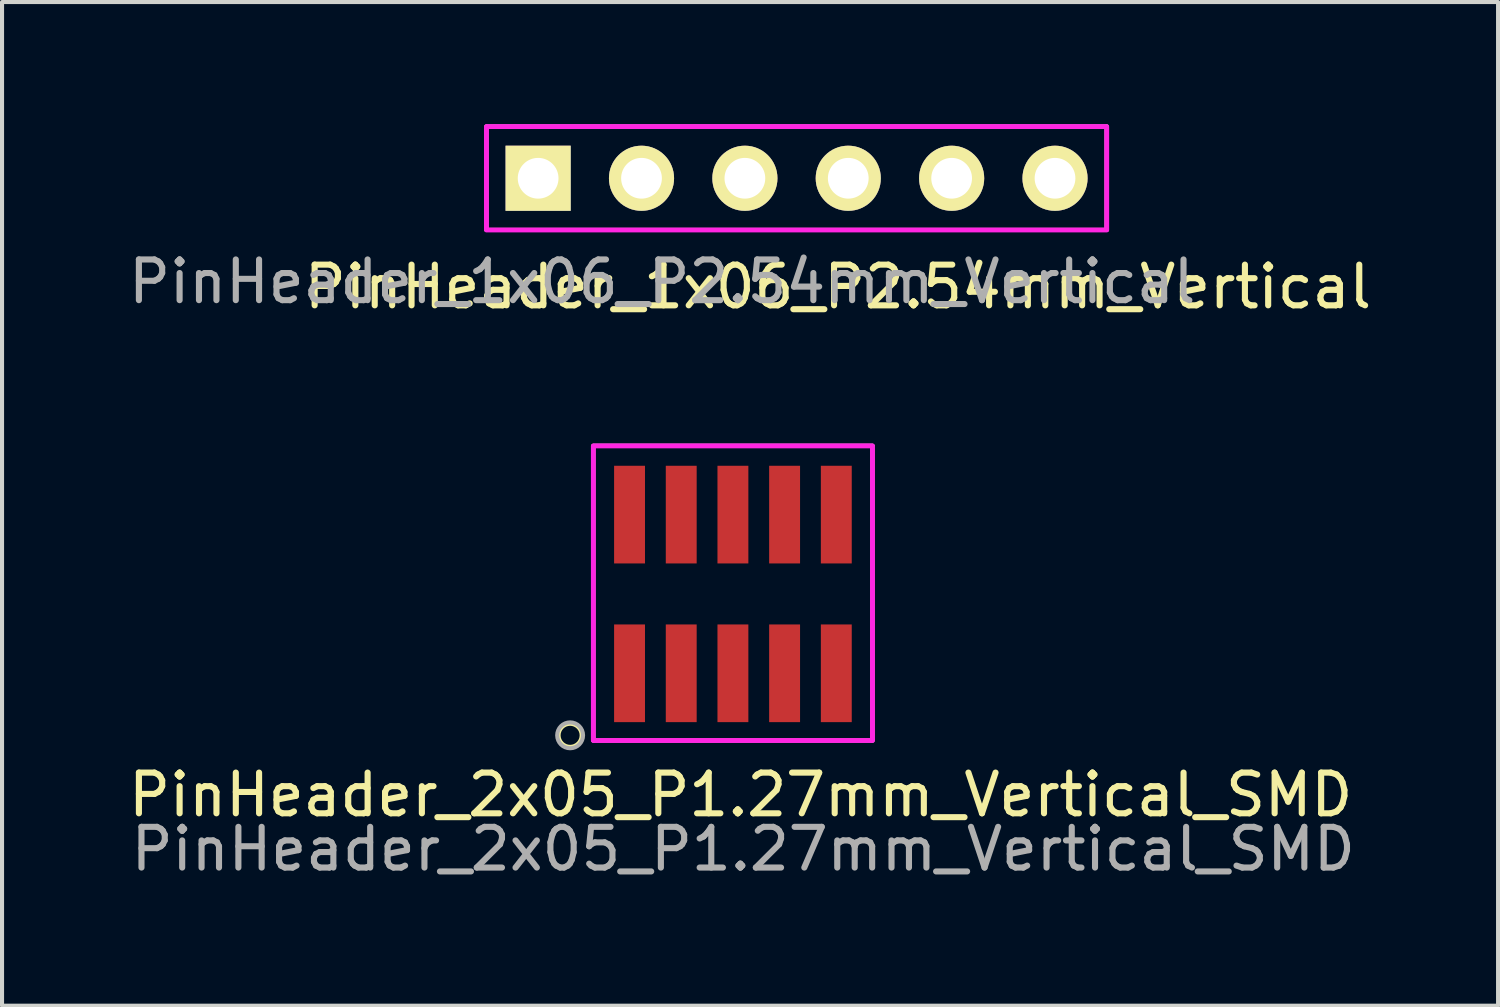
<source format=kicad_pcb>
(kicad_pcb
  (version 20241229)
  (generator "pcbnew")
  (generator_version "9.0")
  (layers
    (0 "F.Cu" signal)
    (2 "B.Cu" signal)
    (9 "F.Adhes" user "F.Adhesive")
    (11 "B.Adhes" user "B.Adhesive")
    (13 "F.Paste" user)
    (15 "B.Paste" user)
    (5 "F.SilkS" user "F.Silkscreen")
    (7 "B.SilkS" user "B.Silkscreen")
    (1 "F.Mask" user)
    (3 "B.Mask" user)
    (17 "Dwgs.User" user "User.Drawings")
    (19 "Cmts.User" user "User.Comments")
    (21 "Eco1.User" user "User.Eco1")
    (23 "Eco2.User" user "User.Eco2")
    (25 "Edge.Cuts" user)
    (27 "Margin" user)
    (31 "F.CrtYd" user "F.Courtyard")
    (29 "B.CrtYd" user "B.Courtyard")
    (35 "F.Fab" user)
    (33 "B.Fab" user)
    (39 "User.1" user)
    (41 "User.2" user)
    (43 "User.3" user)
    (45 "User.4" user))
  (footprint "PinHeader_2x05_P1.27mm_Vertical_SMD"
    (layer "F.Cu")
    (at 12.418 13.493)
    (property "Reference" "PinHeader_2x05_P1.27mm_Vertical_SMD" (at 2.731 2.985 0) (layer "F.SilkS") (effects (font (size 1 1) (thickness 0.15))))
    (attr smd)
    (fp_line (start -0.889 -5.588) (end 5.969 -5.588) (stroke (width 0.1) (type solid)) (layer "F.SilkS"))
    (fp_line (start -0.889 1.651) (end -0.889 -5.588) (stroke (width 0.1) (type solid)) (layer "F.SilkS"))
    (fp_line (start 5.969 -5.588) (end 5.969 1.651) (stroke (width 0.1) (type solid)) (layer "F.SilkS"))
    (fp_line (start 5.969 1.651) (end -0.889 1.651) (stroke (width 0.1) (type solid)) (layer "F.SilkS"))
    (fp_circle (center -1.46 1.524) (end -1.206 1.651) (stroke (width 0.1) (type solid)) (fill no) (layer "F.SilkS"))
    (fp_rect (start -0.889 -5.588) (end 5.969 1.651) (stroke (width 0.12) (type solid)) (fill no) (layer "F.CrtYd"))
    (fp_rect (start -0.889 -5.588) (end 5.969 1.651) (stroke (width 0.1) (type solid)) (fill no) (layer "F.Fab"))
    (fp_circle (center -1.46 1.524) (end -1.651 1.27) (stroke (width 0.1) (type solid)) (fill no) (layer "F.Fab"))
    (fp_text user "${REFERENCE}" (at 2.794 4.318 0) (layer "F.Fab") (effects (font (size 1 1) (thickness 0.15))))
    (pad "1" smd rect (at 0 0) (size 0.759 2.4) (layers "F.Cu" "F.Mask" "F.Paste"))
    (pad "2" smd rect (at 0 -3.899) (size 0.759 2.4) (layers "F.Cu" "F.Mask" "F.Paste"))
    (pad "3" smd rect (at 1.27 0) (size 0.759 2.4) (layers "F.Cu" "F.Mask" "F.Paste"))
    (pad "4" smd rect (at 1.27 -3.899) (size 0.759 2.4) (layers "F.Cu" "F.Mask" "F.Paste"))
    (pad "5" smd rect (at 2.54 0) (size 0.759 2.4) (layers "F.Cu" "F.Mask" "F.Paste"))
    (pad "6" smd rect (at 2.54 -3.899) (size 0.759 2.4) (layers "F.Cu" "F.Mask" "F.Paste"))
    (pad "7" smd rect (at 3.81 0) (size 0.759 2.4) (layers "F.Cu" "F.Mask" "F.Paste"))
    (pad "8" smd rect (at 3.81 -3.899) (size 0.759 2.4) (layers "F.Cu" "F.Mask" "F.Paste"))
    (pad "9" smd rect (at 5.08 0) (size 0.759 2.4) (layers "F.Cu" "F.Mask" "F.Paste"))
    (pad "10" smd rect (at 5.08 -3.899) (size 0.759 2.4) (layers "F.Cu" "F.Mask" "F.Paste")))
  (footprint "PinHeader_1x06_P2.54mm_Vertical"
    (layer "F.Cu")
    (at 10.172 1.33)
    (property "Reference" "PinHeader_1x06_P2.54mm_Vertical" (at 7.366 2.667 0) (layer "F.SilkS") (effects (font (size 1 1) (thickness 0.15))))
    (attr through_hole)
    (fp_line (start -1.27 -1.27) (end 13.97 -1.27) (stroke (width 0.1) (type solid)) (layer "F.SilkS"))
    (fp_line (start -1.27 1.27) (end -1.27 -1.27) (stroke (width 0.1) (type solid)) (layer "F.SilkS"))
    (fp_line (start 13.97 -1.27) (end 13.97 1.27) (stroke (width 0.1) (type solid)) (layer "F.SilkS"))
    (fp_line (start 13.97 1.27) (end -1.27 1.27) (stroke (width 0.1) (type solid)) (layer "F.SilkS"))
    (fp_rect (start -1.27 -1.27) (end 13.97 1.27) (stroke (width 0.12) (type solid)) (fill no) (layer "F.CrtYd"))
    (fp_rect (start -1.27 -1.27) (end 13.97 1.27) (stroke (width 0.1) (type solid)) (fill no) (layer "F.Fab"))
    (fp_text user "${REFERENCE}" (at 3.048 2.54 0) (layer "F.Fab") (effects (font (size 1 1) (thickness 0.15))))
    (pad "1" thru_hole rect (at 0 0) (size 1.6 1.6) (drill 1.001) (layers "*.Cu" "*.Mask" "F.SilkS"))
    (pad "2" thru_hole circle (at 2.54 0) (size 1.6 1.6) (drill 1.001) (layers "*.Cu" "*.Mask" "F.SilkS"))
    (pad "3" thru_hole circle (at 5.08 0) (size 1.6 1.6) (drill 1.001) (layers "*.Cu" "*.Mask" "F.SilkS"))
    (pad "4" thru_hole circle (at 7.62 0) (size 1.6 1.6) (drill 1.001) (layers "*.Cu" "*.Mask" "F.SilkS"))
    (pad "5" thru_hole circle (at 10.16 0) (size 1.6 1.6) (drill 1.001) (layers "*.Cu" "*.Mask" "F.SilkS"))
    (pad "6" thru_hole circle (at 12.7 0) (size 1.6 1.6) (drill 1.001) (layers "*.Cu" "*.Mask" "F.SilkS")))
  (gr_rect
    (start -3 -3)
    (end 33.758 21.66)
    (stroke (width 0.1) (type default))
    (fill no)
    (layer "Edge.Cuts")))
</source>
